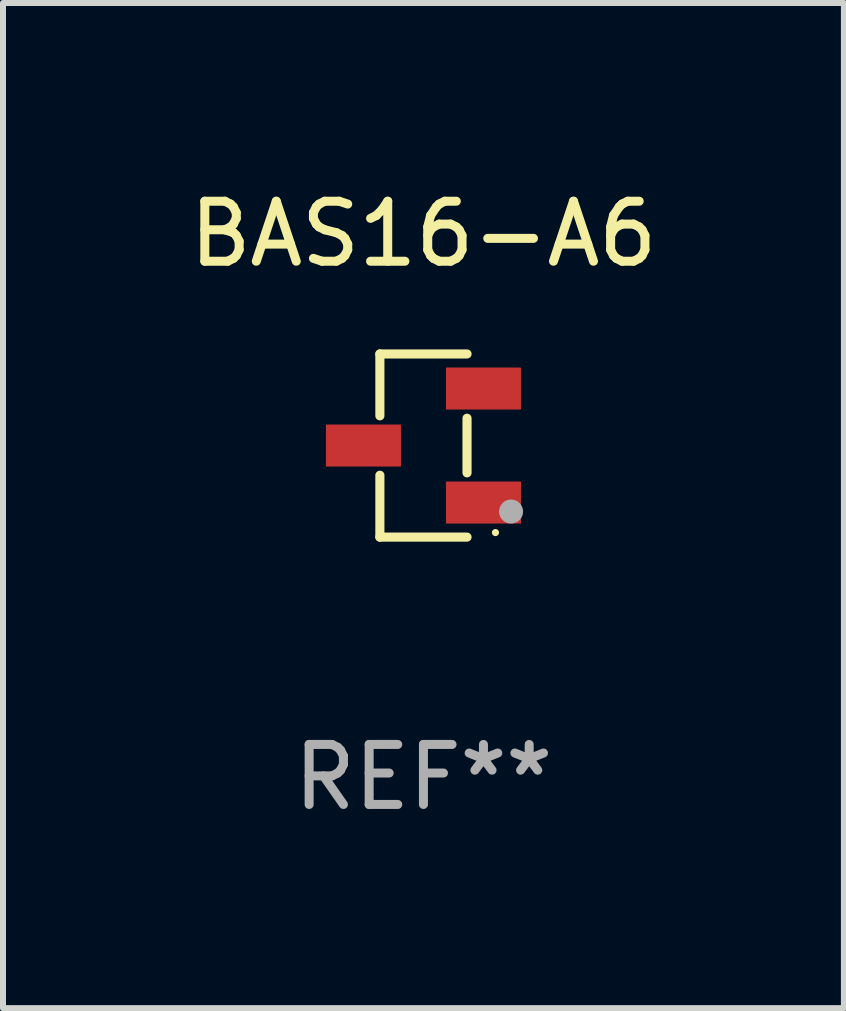
<source format=kicad_pcb>
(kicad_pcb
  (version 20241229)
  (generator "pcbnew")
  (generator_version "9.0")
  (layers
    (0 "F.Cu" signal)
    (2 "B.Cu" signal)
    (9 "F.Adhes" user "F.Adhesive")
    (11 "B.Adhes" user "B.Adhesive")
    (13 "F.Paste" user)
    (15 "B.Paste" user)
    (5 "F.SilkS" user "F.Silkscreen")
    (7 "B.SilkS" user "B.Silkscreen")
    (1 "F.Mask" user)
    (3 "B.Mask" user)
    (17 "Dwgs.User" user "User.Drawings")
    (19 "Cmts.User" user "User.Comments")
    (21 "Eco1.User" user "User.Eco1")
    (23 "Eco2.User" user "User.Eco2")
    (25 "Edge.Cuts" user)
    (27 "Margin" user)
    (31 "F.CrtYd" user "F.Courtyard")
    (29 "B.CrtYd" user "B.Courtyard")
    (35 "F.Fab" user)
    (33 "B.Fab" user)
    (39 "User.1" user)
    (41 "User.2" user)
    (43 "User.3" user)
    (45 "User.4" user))
  (footprint "BAS16-A6"
    (layer "F.Cu")
    (at 4.006 4.374)
    (property "Reference" "BAS16-A6" (at 0 -3.526 0) (layer "F.SilkS") (effects (font (size 1 1) (thickness 0.15))))
    (attr through_hole)
    (fp_line (start -0.726 -1.526) (end -0.726 -0.495) (stroke (width 0.152) (type solid)) (layer "F.SilkS"))
    (fp_line (start -0.726 1.526) (end -0.726 0.495) (stroke (width 0.152) (type solid)) (layer "F.SilkS"))
    (fp_line (start 0.726 -1.526) (end -0.726 -1.526) (stroke (width 0.152) (type solid)) (layer "F.SilkS"))
    (fp_line (start 0.726 -0.455) (end 0.726 0.455) (stroke (width 0.152) (type solid)) (layer "F.SilkS"))
    (fp_line (start 0.726 1.526) (end -0.726 1.526) (stroke (width 0.152) (type solid)) (layer "F.SilkS"))
    (fp_circle (center 1.2 1.45) (end 1.23 1.45) (stroke (width 0.06) (type solid)) (fill no) (layer "F.SilkS"))
    (fp_circle (center 1.46 1.1) (end 1.56 1.1) (stroke (width 0.2) (type solid)) (fill no) (layer "F.Fab"))
    (fp_text user "REF**" (at 0 5.526 0) (layer "F.Fab") (effects (font (size 1 1) (thickness 0.15))))
    (pad "1" smd rect (at 1 0.95) (size 1.25 0.7) (layers "F.Cu" "F.Mask" "F.Paste"))
    (pad "2" smd rect (at 1 -0.95) (size 1.25 0.7) (layers "F.Cu" "F.Mask" "F.Paste"))
    (pad "3" smd rect (at -1 0) (size 1.25 0.7) (layers "F.Cu" "F.Mask" "F.Paste")))
  (gr_rect
    (start -3 -3)
    (end 11.012 13.749)
    (stroke (width 0.1) (type default))
    (fill no)
    (layer "Edge.Cuts")))
</source>
